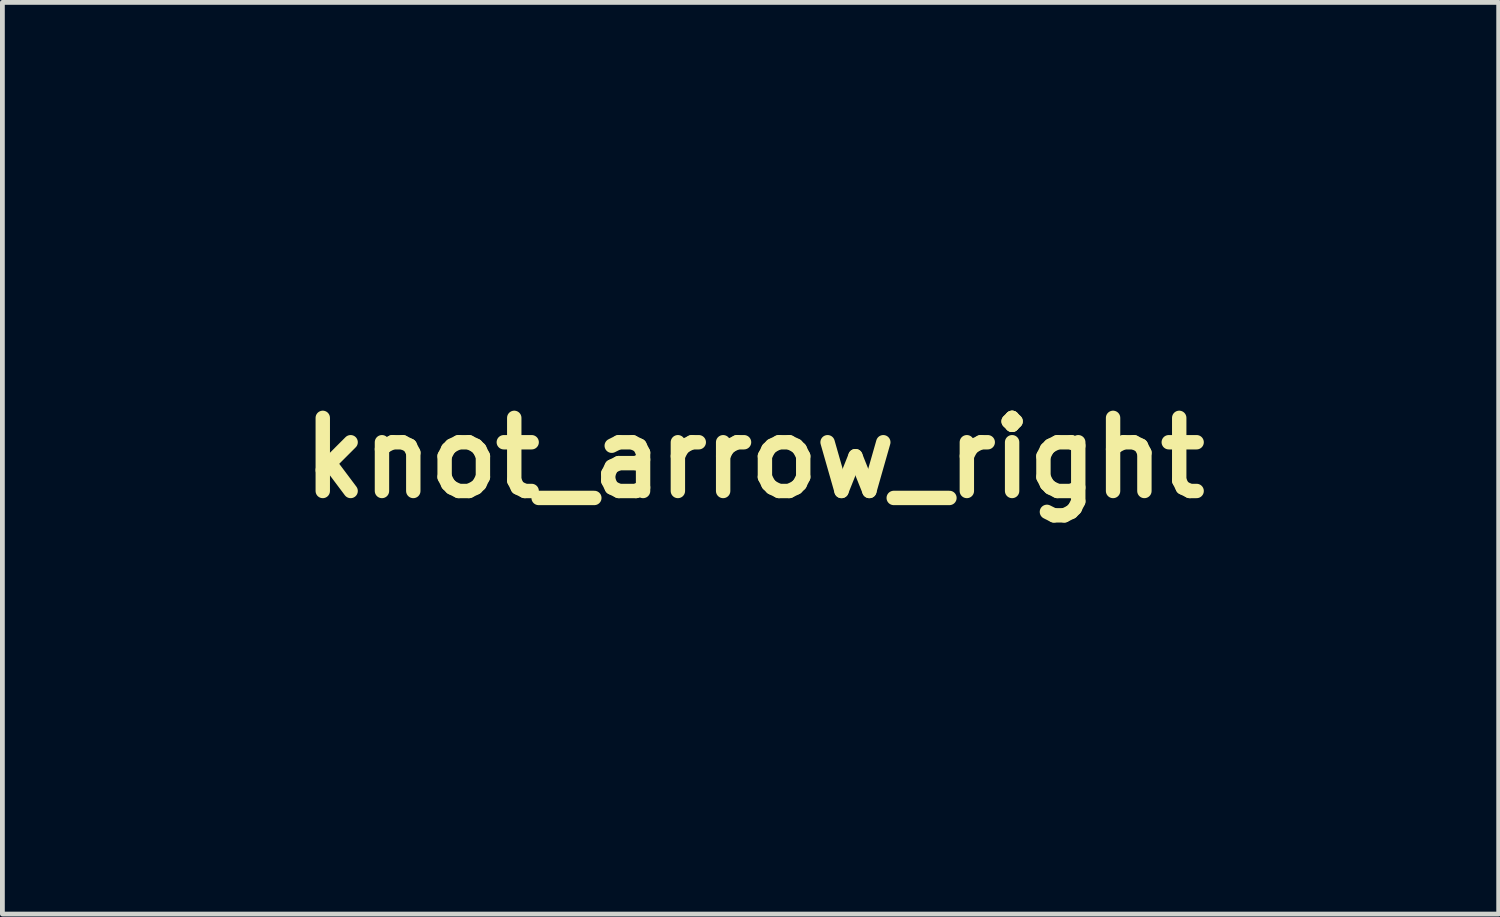
<source format=kicad_pcb>
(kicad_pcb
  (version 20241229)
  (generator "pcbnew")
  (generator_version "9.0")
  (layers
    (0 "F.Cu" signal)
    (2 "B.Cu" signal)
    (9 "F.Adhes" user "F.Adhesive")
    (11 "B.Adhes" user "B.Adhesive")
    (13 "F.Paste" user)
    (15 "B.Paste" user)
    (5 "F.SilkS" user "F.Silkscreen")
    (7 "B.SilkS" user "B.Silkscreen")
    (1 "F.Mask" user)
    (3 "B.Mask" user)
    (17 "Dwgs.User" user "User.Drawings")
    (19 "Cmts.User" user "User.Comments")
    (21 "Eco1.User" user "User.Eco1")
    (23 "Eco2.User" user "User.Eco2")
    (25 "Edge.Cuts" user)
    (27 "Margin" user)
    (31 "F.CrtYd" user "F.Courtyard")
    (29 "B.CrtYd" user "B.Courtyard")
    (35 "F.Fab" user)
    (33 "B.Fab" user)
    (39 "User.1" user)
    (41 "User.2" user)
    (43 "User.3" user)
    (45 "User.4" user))
  (footprint "knot_arrow_right"
    (layer "F.Cu")
    (at 12.677 6.495)
    (property "Reference" "knot_arrow_right" (at 0 0 0) (layer "F.SilkS") (effects (font (size 1.524 1.524) (thickness 0.3))))
    (attr through_hole)
    (fp_poly (pts (xy -6.763 -1.678) (xy -8.136 -1.678) (xy -8.136 -2.557) (xy -7.45 -2.564) (xy -6.763 -2.57) (xy -6.763 -1.678)) (stroke (width 0.01) (type solid)) (fill yes) (layer "F.Mask"))
    (fp_poly (pts (xy -10.85 -1.421) (xy -10.769 -1.413) (xy -10.654 -1.406) (xy -10.522 -1.402) (xy -10.422 -1.4) (xy -10.127 -1.398) (xy -10.112 -1.183) (xy -10.108 -1.085) (xy -10.106 -0.951) (xy -10.106 -0.791) (xy -10.108 -0.621) (xy -10.112 -0.483) (xy -10.127 0) (xy -10.476 0) (xy -10.611 0.001) (xy -10.735 0.004) (xy -10.834 0.009) (xy -10.897 0.015) (xy -10.904 0.016) (xy -10.984 0.032) (xy -10.984 -1.44) (xy -10.85 -1.421)) (stroke (width 0.01) (type solid)) (fill yes) (layer "F.Mask"))
    (fp_poly (pts (xy -8.416 2.535) (xy -8.618 2.685) (xy -8.723 2.759) (xy -8.839 2.837) (xy -8.957 2.911) (xy -9.07 2.978) (xy -9.166 3.031) (xy -9.238 3.066) (xy -9.273 3.076) (xy -9.278 3.068) (xy -9.283 3.043) (xy -9.287 2.996) (xy -9.29 2.928) (xy -9.293 2.834) (xy -9.296 2.714) (xy -9.298 2.563) (xy -9.3 2.381) (xy -9.302 2.164) (xy -9.303 1.911) (xy -9.304 1.618) (xy -9.305 1.284) (xy -9.305 0.906) (xy -9.306 0.482) (xy -9.306 0.041) (xy -9.306 -2.995) (xy -9.185 -3.039) (xy -9.085 -3.063) (xy -8.94 -3.082) (xy -8.756 -3.094) (xy -8.74 -3.095) (xy -8.416 -3.109) (xy -8.416 2.535)) (stroke (width 0.01) (type solid)) (fill yes) (layer "F.Mask"))
    (fp_poly (pts (xy -5.594 -2.04) (xy -5.594 -1.803) (xy -5.595 -1.575) (xy -5.597 -1.36) (xy -5.6 -1.168) (xy -5.602 -1.003) (xy -5.606 -0.874) (xy -5.609 -0.786) (xy -5.61 -0.767) (xy -5.627 -0.556) (xy -5.82 -0.459) (xy -5.911 -0.416) (xy -6.022 -0.367) (xy -6.144 -0.317) (xy -6.266 -0.268) (xy -6.376 -0.227) (xy -6.465 -0.196) (xy -6.522 -0.179) (xy -6.533 -0.178) (xy -6.547 -0.199) (xy -6.546 -0.248) (xy -6.531 -0.347) (xy -6.518 -0.458) (xy -6.508 -0.586) (xy -6.499 -0.736) (xy -6.493 -0.912) (xy -6.488 -1.119) (xy -6.485 -1.364) (xy -6.484 -1.649) (xy -6.483 -1.925) (xy -6.483 -3.102) (xy -5.594 -3.102) (xy -5.594 -2.04)) (stroke (width 0.01) (type solid)) (fill yes) (layer "F.Mask"))
    (fp_poly (pts (xy -10.081 0.259) (xy -9.573 0.267) (xy -9.559 1.144) (xy -10.138 1.144) (xy -10.355 1.146) (xy -10.529 1.149) (xy -10.67 1.157) (xy -10.784 1.17) (xy -10.881 1.189) (xy -10.968 1.216) (xy -11.055 1.252) (xy -11.132 1.289) (xy -11.311 1.405) (xy -11.472 1.561) (xy -11.606 1.748) (xy -11.708 1.955) (xy -11.771 2.172) (xy -11.779 2.219) (xy -11.789 2.459) (xy -11.75 2.696) (xy -11.667 2.924) (xy -11.541 3.133) (xy -11.412 3.282) (xy -11.262 3.429) (xy -11.276 4.402) (xy -11.505 4.287) (xy -11.785 4.117) (xy -12.032 3.91) (xy -12.244 3.668) (xy -12.419 3.396) (xy -12.553 3.095) (xy -12.614 2.898) (xy -12.655 2.669) (xy -12.671 2.417) (xy -12.659 2.161) (xy -12.621 1.921) (xy -12.612 1.884) (xy -12.505 1.564) (xy -12.357 1.273) (xy -12.169 1.012) (xy -11.945 0.785) (xy -11.686 0.593) (xy -11.394 0.439) (xy -11.21 0.368) (xy -11.063 0.325) (xy -10.899 0.294) (xy -10.711 0.273) (xy -10.491 0.261) (xy -10.232 0.258) (xy -10.081 0.259)) (stroke (width 0.01) (type solid)) (fill yes) (layer "F.Mask"))
    (fp_poly (pts (xy -3.483 -1.398) (xy -3.342 -1.395) (xy -3.227 -1.391) (xy -3.146 -1.387) (xy -3.105 -1.381) (xy -3.102 -1.379) (xy -3.118 -1.345) (xy -3.163 -1.279) (xy -3.229 -1.189) (xy -3.312 -1.081) (xy -3.406 -0.964) (xy -3.506 -0.843) (xy -3.606 -0.726) (xy -3.7 -0.62) (xy -3.764 -0.551) (xy -4.137 -0.196) (xy -4.543 0.121) (xy -4.978 0.399) (xy -5.438 0.637) (xy -5.92 0.831) (xy -6.419 0.98) (xy -6.916 1.079) (xy -7.033 1.094) (xy -7.185 1.108) (xy -7.358 1.121) (xy -7.537 1.131) (xy -7.659 1.136) (xy -8.136 1.152) (xy -8.136 0.261) (xy -7.634 0.247) (xy -7.328 0.232) (xy -7.056 0.206) (xy -6.803 0.165) (xy -6.554 0.106) (xy -6.293 0.028) (xy -6.28 0.024) (xy -6.057 -0.058) (xy -5.813 -0.165) (xy -5.567 -0.286) (xy -5.335 -0.414) (xy -5.168 -0.518) (xy -5.021 -0.623) (xy -4.858 -0.749) (xy -4.693 -0.887) (xy -4.536 -1.026) (xy -4.398 -1.158) (xy -4.293 -1.27) (xy -4.182 -1.398) (xy -3.642 -1.398) (xy -3.483 -1.398)) (stroke (width 0.01) (type solid)) (fill yes) (layer "F.Mask"))
    (fp_poly (pts (xy -6.059 1.179) (xy -6.064 1.206) (xy -6.092 1.27) (xy -6.136 1.363) (xy -6.195 1.478) (xy -6.263 1.607) (xy -6.336 1.744) (xy -6.412 1.88) (xy -6.485 2.009) (xy -6.552 2.123) (xy -6.609 2.215) (xy -6.615 2.225) (xy -6.742 2.404) (xy -6.895 2.601) (xy -7.062 2.802) (xy -7.231 2.992) (xy -7.39 3.157) (xy -7.44 3.204) (xy -7.808 3.52) (xy -8.199 3.798) (xy -8.605 4.034) (xy -9.023 4.227) (xy -9.447 4.372) (xy -9.546 4.398) (xy -9.65 4.426) (xy -9.727 4.444) (xy -9.78 4.446) (xy -9.813 4.426) (xy -9.831 4.379) (xy -9.839 4.299) (xy -9.84 4.18) (xy -9.84 4.016) (xy -9.84 4.008) (xy -9.84 3.566) (xy -9.579 3.484) (xy -9.173 3.329) (xy -8.787 3.128) (xy -8.421 2.88) (xy -8.074 2.585) (xy -7.747 2.243) (xy -7.439 1.855) (xy -7.264 1.6) (xy -7.123 1.384) (xy -6.824 1.337) (xy -6.676 1.312) (xy -6.518 1.281) (xy -6.373 1.249) (xy -6.297 1.23) (xy -6.197 1.204) (xy -6.116 1.186) (xy -6.068 1.178) (xy -6.059 1.179)) (stroke (width 0.01) (type solid)) (fill yes) (layer "F.Mask"))
    (fp_poly (pts (xy 8.489 -2.565) (xy 9.003 -2.565) (xy 9.489 -2.565) (xy 9.946 -2.565) (xy 10.372 -2.564) (xy 10.764 -2.564) (xy 11.122 -2.564) (xy 11.443 -2.563) (xy 11.725 -2.562) (xy 11.966 -2.562) (xy 12.166 -2.561) (xy 12.322 -2.56) (xy 12.431 -2.559) (xy 12.493 -2.558) (xy 12.508 -2.558) (xy 12.479 -2.551) (xy 12.409 -2.542) (xy 12.307 -2.531) (xy 12.183 -2.52) (xy 12.139 -2.517) (xy 11.902 -2.497) (xy 11.632 -2.473) (xy 11.325 -2.442) (xy 10.975 -2.406) (xy 10.806 -2.388) (xy 10.166 -2.312) (xy 9.49 -2.219) (xy 8.789 -2.109) (xy 8.075 -1.986) (xy 7.358 -1.851) (xy 6.649 -1.706) (xy 6.219 -1.612) (xy 5.282 -1.39) (xy 4.334 -1.142) (xy 3.386 -0.871) (xy 2.449 -0.582) (xy 1.532 -0.276) (xy 0.646 0.043) (xy -0.088 0.327) (xy -0.214 0.376) (xy -0.321 0.417) (xy -0.401 0.446) (xy -0.447 0.46) (xy -0.455 0.46) (xy -0.437 0.439) (xy -0.387 0.388) (xy -0.309 0.311) (xy -0.208 0.212) (xy -0.09 0.097) (xy 0.042 -0.029) (xy 0.06 -0.046) (xy 0.219 -0.199) (xy 0.404 -0.377) (xy 0.602 -0.569) (xy 0.804 -0.764) (xy 0.997 -0.952) (xy 1.157 -1.107) (xy 1.742 -1.676) (xy -1.801 -1.677) (xy -5.344 -1.678) (xy -5.335 -2.117) (xy -5.327 -2.555) (xy 3.597 -2.563) (xy 4.267 -2.564) (xy 4.925 -2.564) (xy 5.567 -2.565) (xy 6.192 -2.565) (xy 6.799 -2.565) (xy 7.385 -2.565) (xy 7.949 -2.565) (xy 8.489 -2.565)) (stroke (width 0.01) (type solid)) (fill yes) (layer "F.Mask"))
    (fp_poly (pts (xy -3.382 -4.116) (xy -3.386 -4.029) (xy -3.397 -3.914) (xy -3.413 -3.786) (xy -3.432 -3.657) (xy -3.452 -3.541) (xy -3.471 -3.453) (xy -3.484 -3.413) (xy -3.508 -3.355) (xy -6.286 -3.357) (xy -6.722 -3.358) (xy -7.109 -3.358) (xy -7.452 -3.358) (xy -7.753 -3.358) (xy -8.015 -3.357) (xy -8.241 -3.357) (xy -8.435 -3.356) (xy -8.598 -3.354) (xy -8.734 -3.352) (xy -8.846 -3.35) (xy -8.937 -3.347) (xy -9.01 -3.343) (xy -9.068 -3.339) (xy -9.114 -3.334) (xy -9.151 -3.328) (xy -9.182 -3.322) (xy -9.209 -3.314) (xy -9.233 -3.307) (xy -9.409 -3.234) (xy -9.581 -3.132) (xy -9.729 -3.013) (xy -9.8 -2.937) (xy -9.894 -2.822) (xy -10.267 -2.825) (xy -10.409 -2.827) (xy -10.54 -2.832) (xy -10.648 -2.838) (xy -10.722 -2.844) (xy -10.736 -2.847) (xy -10.8 -2.861) (xy -10.839 -2.874) (xy -10.842 -2.876) (xy -10.838 -2.904) (xy -10.812 -2.966) (xy -10.769 -3.051) (xy -10.715 -3.15) (xy -10.655 -3.252) (xy -10.595 -3.349) (xy -10.539 -3.431) (xy -10.52 -3.455) (xy -10.378 -3.611) (xy -10.2 -3.765) (xy -10.003 -3.906) (xy -9.799 -4.021) (xy -9.776 -4.032) (xy -9.714 -4.062) (xy -9.66 -4.089) (xy -9.611 -4.112) (xy -9.562 -4.133) (xy -9.513 -4.152) (xy -9.459 -4.168) (xy -9.398 -4.182) (xy -9.326 -4.193) (xy -9.241 -4.203) (xy -9.14 -4.211) (xy -9.019 -4.218) (xy -8.876 -4.223) (xy -8.707 -4.227) (xy -8.511 -4.23) (xy -8.283 -4.233) (xy -8.02 -4.235) (xy -7.721 -4.236) (xy -7.381 -4.237) (xy -6.998 -4.238) (xy -6.569 -4.239) (xy -6.312 -4.239) (xy -3.382 -4.247) (xy -3.382 -4.116)) (stroke (width 0.01) (type solid)) (fill yes) (layer "F.Mask"))
    (fp_poly (pts (xy -4.187 -6.489) (xy -4.073 -6.484) (xy -3.979 -6.472) (xy -3.887 -6.453) (xy -3.782 -6.424) (xy -3.776 -6.422) (xy -3.458 -6.302) (xy -3.171 -6.141) (xy -2.916 -5.942) (xy -2.695 -5.707) (xy -2.511 -5.438) (xy -2.366 -5.137) (xy -2.299 -4.944) (xy -2.272 -4.851) (xy -2.253 -4.77) (xy -2.241 -4.689) (xy -2.234 -4.594) (xy -2.23 -4.473) (xy -2.229 -4.314) (xy -2.229 -4.31) (xy -2.238 -4.001) (xy -2.264 -3.69) (xy -2.305 -3.39) (xy -2.361 -3.114) (xy -2.418 -2.905) (xy -2.445 -2.822) (xy -2.903 -2.822) (xy -3.068 -2.823) (xy -3.187 -2.824) (xy -3.269 -2.828) (xy -3.319 -2.834) (xy -3.343 -2.843) (xy -3.348 -2.856) (xy -3.347 -2.86) (xy -3.326 -2.926) (xy -3.297 -3.029) (xy -3.264 -3.155) (xy -3.23 -3.291) (xy -3.199 -3.425) (xy -3.174 -3.543) (xy -3.166 -3.585) (xy -3.143 -3.735) (xy -3.125 -3.906) (xy -3.113 -4.085) (xy -3.107 -4.26) (xy -3.107 -4.419) (xy -3.115 -4.551) (xy -3.127 -4.629) (xy -3.204 -4.86) (xy -3.32 -5.066) (xy -3.47 -5.245) (xy -3.647 -5.392) (xy -3.846 -5.504) (xy -4.061 -5.58) (xy -4.287 -5.614) (xy -4.518 -5.605) (xy -4.748 -5.548) (xy -4.767 -5.541) (xy -5.001 -5.429) (xy -5.2 -5.279) (xy -5.362 -5.096) (xy -5.486 -4.879) (xy -5.571 -4.63) (xy -5.579 -4.596) (xy -5.595 -4.526) (xy -6.041 -4.526) (xy -6.201 -4.526) (xy -6.318 -4.528) (xy -6.397 -4.531) (xy -6.445 -4.537) (xy -6.469 -4.546) (xy -6.476 -4.559) (xy -6.475 -4.57) (xy -6.464 -4.622) (xy -6.451 -4.699) (xy -6.446 -4.736) (xy -6.39 -4.981) (xy -6.292 -5.232) (xy -6.159 -5.478) (xy -5.995 -5.709) (xy -5.807 -5.915) (xy -5.679 -6.027) (xy -5.418 -6.208) (xy -5.149 -6.342) (xy -4.863 -6.432) (xy -4.555 -6.48) (xy -4.335 -6.49) (xy -4.187 -6.489)) (stroke (width 0.01) (type solid)) (fill yes) (layer "F.Mask"))
    (fp_poly (pts (xy -10.273 -5.914) (xy -10.045 -5.876) (xy -9.827 -5.809) (xy -9.599 -5.708) (xy -9.598 -5.707) (xy -9.315 -5.539) (xy -9.07 -5.339) (xy -8.861 -5.103) (xy -8.687 -4.83) (xy -8.654 -4.767) (xy -8.539 -4.538) (xy -8.857 -4.522) (xy -8.995 -4.512) (xy -9.13 -4.5) (xy -9.246 -4.487) (xy -9.319 -4.475) (xy -9.4 -4.462) (xy -9.46 -4.46) (xy -9.481 -4.466) (xy -9.506 -4.496) (xy -9.551 -4.553) (xy -9.595 -4.609) (xy -9.717 -4.734) (xy -9.873 -4.85) (xy -10.044 -4.945) (xy -10.122 -4.978) (xy -10.354 -5.039) (xy -10.584 -5.053) (xy -10.807 -5.025) (xy -11.018 -4.956) (xy -11.213 -4.852) (xy -11.388 -4.717) (xy -11.537 -4.553) (xy -11.657 -4.365) (xy -11.742 -4.157) (xy -11.787 -3.932) (xy -11.789 -3.694) (xy -11.779 -3.612) (xy -11.721 -3.388) (xy -11.62 -3.178) (xy -11.484 -2.989) (xy -11.317 -2.828) (xy -11.128 -2.7) (xy -10.92 -2.614) (xy -10.839 -2.594) (xy -10.778 -2.586) (xy -10.675 -2.578) (xy -10.54 -2.572) (xy -10.382 -2.566) (xy -10.211 -2.563) (xy -10.145 -2.562) (xy -9.573 -2.555) (xy -9.564 -2.117) (xy -9.555 -1.678) (xy -10.187 -1.68) (xy -10.362 -1.681) (xy -10.52 -1.682) (xy -10.655 -1.684) (xy -10.758 -1.686) (xy -10.824 -1.688) (xy -10.844 -1.69) (xy -10.88 -1.7) (xy -10.951 -1.717) (xy -11.043 -1.738) (xy -11.06 -1.742) (xy -11.355 -1.834) (xy -11.631 -1.972) (xy -11.884 -2.149) (xy -12.109 -2.363) (xy -12.304 -2.61) (xy -12.463 -2.885) (xy -12.583 -3.183) (xy -12.611 -3.28) (xy -12.653 -3.499) (xy -12.672 -3.739) (xy -12.668 -3.983) (xy -12.64 -4.21) (xy -12.617 -4.311) (xy -12.523 -4.597) (xy -12.403 -4.848) (xy -12.25 -5.077) (xy -12.08 -5.272) (xy -11.833 -5.496) (xy -11.571 -5.672) (xy -11.291 -5.802) (xy -10.991 -5.885) (xy -10.668 -5.923) (xy -10.528 -5.926) (xy -10.273 -5.914)) (stroke (width 0.01) (type solid)) (fill yes) (layer "F.Mask"))
    (fp_poly (pts (xy -0.404 -6.373) (xy -0.338 -6.348) (xy -0.246 -6.312) (xy -0.163 -6.279) (xy 0.181 -6.142) (xy 0.566 -5.996) (xy 0.984 -5.844) (xy 1.424 -5.688) (xy 1.88 -5.532) (xy 2.341 -5.378) (xy 2.801 -5.23) (xy 3.249 -5.09) (xy 3.677 -4.962) (xy 3.763 -4.937) (xy 4.845 -4.64) (xy 5.961 -4.368) (xy 7.1 -4.123) (xy 8.251 -3.906) (xy 9.405 -3.72) (xy 10.549 -3.566) (xy 11.673 -3.447) (xy 12.139 -3.407) (xy 12.262 -3.397) (xy 12.367 -3.386) (xy 12.442 -3.377) (xy 12.478 -3.37) (xy 12.48 -3.369) (xy 12.456 -3.368) (xy 12.383 -3.367) (xy 12.263 -3.366) (xy 12.099 -3.365) (xy 11.891 -3.364) (xy 11.643 -3.363) (xy 11.356 -3.362) (xy 11.033 -3.361) (xy 10.674 -3.36) (xy 10.283 -3.36) (xy 9.861 -3.359) (xy 9.411 -3.358) (xy 8.933 -3.358) (xy 8.431 -3.357) (xy 7.906 -3.357) (xy 7.361 -3.357) (xy 6.797 -3.356) (xy 6.216 -3.356) (xy 5.621 -3.356) (xy 5.243 -3.356) (xy 4.588 -3.356) (xy 3.953 -3.357) (xy 3.342 -3.357) (xy 2.754 -3.358) (xy 2.192 -3.358) (xy 1.658 -3.359) (xy 1.153 -3.36) (xy 0.679 -3.361) (xy 0.237 -3.362) (xy -0.17 -3.363) (xy -0.542 -3.365) (xy -0.875 -3.366) (xy -1.17 -3.368) (xy -1.424 -3.37) (xy -1.635 -3.371) (xy -1.802 -3.373) (xy -1.922 -3.375) (xy -1.996 -3.377) (xy -2.02 -3.379) (xy -2.023 -3.415) (xy -2.017 -3.483) (xy -2.008 -3.538) (xy -1.995 -3.621) (xy -1.983 -3.738) (xy -1.971 -3.87) (xy -1.966 -3.96) (xy -1.95 -4.246) (xy -0.104 -4.247) (xy 1.742 -4.248) (xy 1.408 -4.571) (xy 1.075 -4.895) (xy 0.773 -5.188) (xy 0.504 -5.45) (xy 0.267 -5.681) (xy 0.064 -5.88) (xy -0.105 -6.047) (xy -0.24 -6.18) (xy -0.34 -6.281) (xy -0.404 -6.347) (xy -0.433 -6.379) (xy -0.434 -6.382) (xy -0.404 -6.373)) (stroke (width 0.01) (type solid)) (fill yes) (layer "F.Mask"))
    (fp_poly (pts (xy -10.117 1.761) (xy -10.117 1.847) (xy -10.116 1.978) (xy -10.115 2.149) (xy -10.115 2.354) (xy -10.114 2.588) (xy -10.113 2.845) (xy -10.112 3.12) (xy -10.111 3.407) (xy -10.111 3.7) (xy -10.111 3.712) (xy -10.11 4.039) (xy -10.109 4.318) (xy -10.108 4.555) (xy -10.106 4.752) (xy -10.105 4.914) (xy -10.102 5.044) (xy -10.099 5.147) (xy -10.096 5.227) (xy -10.091 5.287) (xy -10.085 5.331) (xy -10.078 5.362) (xy -10.07 5.386) (xy -10.06 5.406) (xy -10.054 5.416) (xy -9.965 5.528) (xy -9.856 5.594) (xy -9.724 5.614) (xy -9.692 5.613) (xy -9.56 5.585) (xy -9.452 5.521) (xy -9.371 5.431) (xy -9.35 5.398) (xy -9.334 5.355) (xy -9.323 5.296) (xy -9.316 5.209) (xy -9.309 5.086) (xy -9.306 4.99) (xy -9.293 4.618) (xy -9.013 4.512) (xy -8.882 4.461) (xy -8.75 4.405) (xy -8.634 4.354) (xy -8.572 4.325) (xy -8.411 4.243) (xy -8.422 4.861) (xy -8.426 5.059) (xy -8.43 5.213) (xy -8.435 5.332) (xy -8.442 5.423) (xy -8.451 5.493) (xy -8.463 5.55) (xy -8.478 5.602) (xy -8.488 5.63) (xy -8.599 5.861) (xy -8.751 6.065) (xy -8.938 6.236) (xy -9.155 6.37) (xy -9.399 6.464) (xy -9.425 6.471) (xy -9.626 6.503) (xy -9.838 6.496) (xy -9.983 6.471) (xy -10.097 6.439) (xy -10.22 6.395) (xy -10.288 6.365) (xy -10.409 6.29) (xy -10.54 6.185) (xy -10.665 6.061) (xy -10.772 5.934) (xy -10.837 5.833) (xy -10.863 5.784) (xy -10.886 5.738) (xy -10.906 5.692) (xy -10.923 5.642) (xy -10.937 5.585) (xy -10.949 5.517) (xy -10.959 5.434) (xy -10.966 5.333) (xy -10.972 5.21) (xy -10.977 5.061) (xy -10.98 4.883) (xy -10.982 4.673) (xy -10.983 4.425) (xy -10.984 4.138) (xy -10.984 3.807) (xy -10.984 3.456) (xy -10.984 1.508) (xy -10.854 1.466) (xy -10.753 1.443) (xy -10.62 1.429) (xy -10.447 1.424) (xy -10.422 1.424) (xy -10.119 1.424) (xy -10.117 1.761)) (stroke (width 0.01) (type solid)) (fill yes) (layer "F.Mask")))
  (gr_rect
    (start -3 -3)
    (end 28.19 16.003)
    (stroke (width 0.1) (type default))
    (fill no)
    (layer "Edge.Cuts")))
</source>
